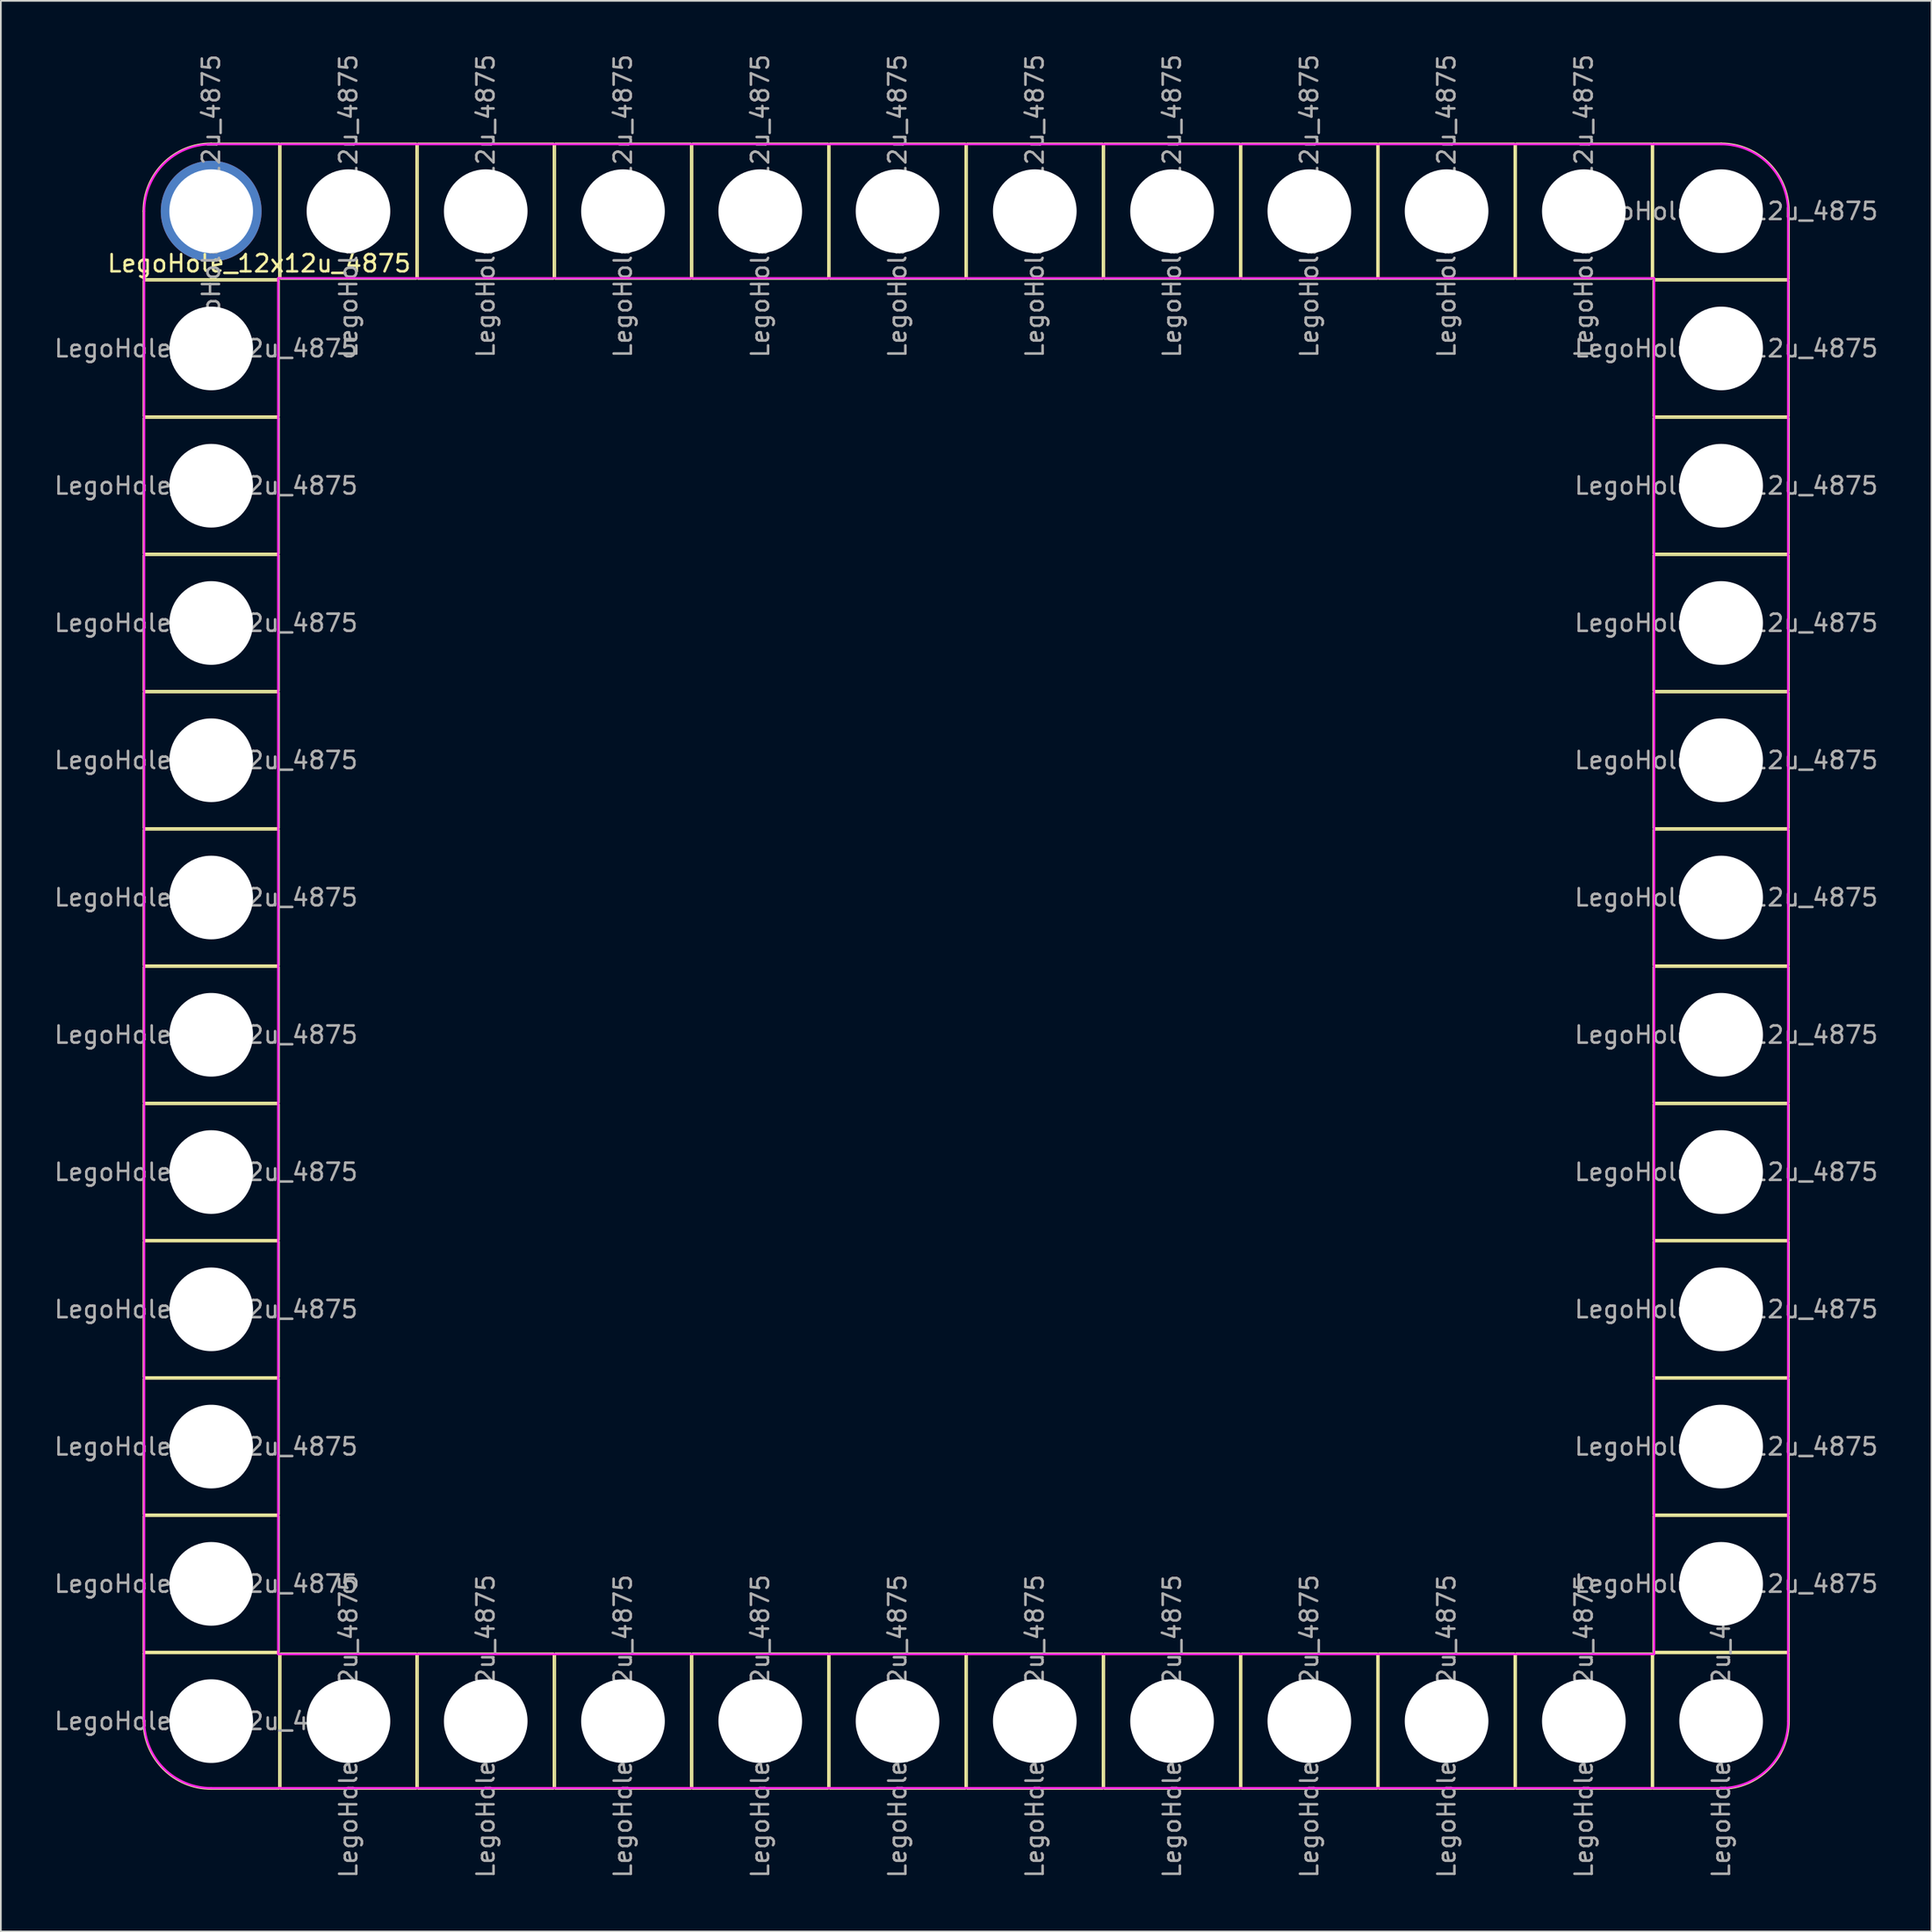
<source format=kicad_pcb>
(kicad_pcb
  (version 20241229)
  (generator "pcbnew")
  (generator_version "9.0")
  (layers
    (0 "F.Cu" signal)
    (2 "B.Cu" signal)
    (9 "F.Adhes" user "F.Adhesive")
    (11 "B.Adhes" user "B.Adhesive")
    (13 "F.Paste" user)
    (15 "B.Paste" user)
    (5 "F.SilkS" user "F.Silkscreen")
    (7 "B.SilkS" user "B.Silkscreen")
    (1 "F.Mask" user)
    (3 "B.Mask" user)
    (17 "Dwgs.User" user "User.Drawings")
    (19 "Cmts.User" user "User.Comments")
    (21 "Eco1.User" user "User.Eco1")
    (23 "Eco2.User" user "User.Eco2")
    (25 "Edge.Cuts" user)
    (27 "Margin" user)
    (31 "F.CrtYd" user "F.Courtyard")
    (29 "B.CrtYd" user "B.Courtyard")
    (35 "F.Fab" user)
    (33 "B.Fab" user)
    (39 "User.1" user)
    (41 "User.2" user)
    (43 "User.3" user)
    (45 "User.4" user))
  (footprint "LegoHole_12x12u_4875"
    (layer "F.Cu")
    (at 9.258 9.258)
    (property "Reference" "LegoHole_12x12u_4875" (at 2.794 3.048 0) (layer "F.SilkS") (effects (font (size 1 1) (thickness 0.15))))
    (attr exclude_from_pos_files)
    (fp_line (start -3.95 0) (end -3.95 3.95) (stroke (width 0.1) (type solid)) (layer "F.SilkS"))
    (fp_line (start -3.95 3.95) (end 3.95 3.95) (stroke (width 0.1) (type solid)) (layer "F.SilkS"))
    (fp_line (start -3.95 88) (end -3.95 84.05) (stroke (width 0.1) (type solid)) (layer "F.SilkS"))
    (fp_line (start 0 -3.95) (end 3.95 -3.95) (stroke (width 0.1) (type solid)) (layer "F.SilkS"))
    (fp_line (start 0 91.95) (end 3.95 91.95) (stroke (width 0.1) (type solid)) (layer "F.SilkS"))
    (fp_line (start 3.95 3.95) (end 3.95 -3.95) (stroke (width 0.1) (type solid)) (layer "F.SilkS"))
    (fp_line (start 3.95 84.05) (end -3.95 84.05) (stroke (width 0.1) (type solid)) (layer "F.SilkS"))
    (fp_line (start 3.95 91.95) (end 3.95 84.05) (stroke (width 0.1) (type solid)) (layer "F.SilkS"))
    (fp_line (start 84.05 -3.95) (end 84.05 3.95) (stroke (width 0.1) (type solid)) (layer "F.SilkS"))
    (fp_line (start 84.05 3.95) (end 91.95 3.95) (stroke (width 0.1) (type solid)) (layer "F.SilkS"))
    (fp_line (start 84.05 84.05) (end 84.05 91.95) (stroke (width 0.1) (type solid)) (layer "F.SilkS"))
    (fp_line (start 88 -3.95) (end 84.05 -3.95) (stroke (width 0.1) (type solid)) (layer "F.SilkS"))
    (fp_line (start 88 91.95) (end 84.05 91.95) (stroke (width 0.1) (type solid)) (layer "F.SilkS"))
    (fp_line (start 91.95 0) (end 91.95 3.95) (stroke (width 0.1) (type solid)) (layer "F.SilkS"))
    (fp_line (start 91.95 84.05) (end 84.05 84.05) (stroke (width 0.1) (type solid)) (layer "F.SilkS"))
    (fp_line (start 91.95 88) (end 91.95 84.05) (stroke (width 0.1) (type solid)) (layer "F.SilkS"))
    (fp_rect (start 3.95 11.95) (end -3.95 4.05) (stroke (width 0.1) (type solid)) (fill no) (layer "F.SilkS"))
    (fp_rect (start 3.95 19.95) (end -3.95 12.05) (stroke (width 0.1) (type solid)) (fill no) (layer "F.SilkS"))
    (fp_rect (start 3.95 27.95) (end -3.95 20.05) (stroke (width 0.1) (type solid)) (fill no) (layer "F.SilkS"))
    (fp_rect (start 3.95 35.95) (end -3.95 28.05) (stroke (width 0.1) (type solid)) (fill no) (layer "F.SilkS"))
    (fp_rect (start 3.95 43.95) (end -3.95 36.05) (stroke (width 0.1) (type solid)) (fill no) (layer "F.SilkS"))
    (fp_rect (start 3.95 51.95) (end -3.95 44.05) (stroke (width 0.1) (type solid)) (fill no) (layer "F.SilkS"))
    (fp_rect (start 3.95 59.95) (end -3.95 52.05) (stroke (width 0.1) (type solid)) (fill no) (layer "F.SilkS"))
    (fp_rect (start 3.95 67.95) (end -3.95 60.05) (stroke (width 0.1) (type solid)) (fill no) (layer "F.SilkS"))
    (fp_rect (start 3.95 75.95) (end -3.95 68.05) (stroke (width 0.1) (type solid)) (fill no) (layer "F.SilkS"))
    (fp_rect (start 3.95 83.95) (end -3.95 76.05) (stroke (width 0.1) (type solid)) (fill no) (layer "F.SilkS"))
    (fp_rect (start 4.05 3.95) (end 11.95 -3.95) (stroke (width 0.1) (type solid)) (fill no) (layer "F.SilkS"))
    (fp_rect (start 11.95 84.05) (end 4.05 91.95) (stroke (width 0.1) (type solid)) (fill no) (layer "F.SilkS"))
    (fp_rect (start 12.05 3.95) (end 19.95 -3.95) (stroke (width 0.1) (type solid)) (fill no) (layer "F.SilkS"))
    (fp_rect (start 19.95 84.05) (end 12.05 91.95) (stroke (width 0.1) (type solid)) (fill no) (layer "F.SilkS"))
    (fp_rect (start 20.05 3.95) (end 27.95 -3.95) (stroke (width 0.1) (type solid)) (fill no) (layer "F.SilkS"))
    (fp_rect (start 27.95 84.05) (end 20.05 91.95) (stroke (width 0.1) (type solid)) (fill no) (layer "F.SilkS"))
    (fp_rect (start 28.05 3.95) (end 35.95 -3.95) (stroke (width 0.1) (type solid)) (fill no) (layer "F.SilkS"))
    (fp_rect (start 35.95 84.05) (end 28.05 91.95) (stroke (width 0.1) (type solid)) (fill no) (layer "F.SilkS"))
    (fp_rect (start 36.05 3.95) (end 43.95 -3.95) (stroke (width 0.1) (type solid)) (fill no) (layer "F.SilkS"))
    (fp_rect (start 43.95 84.05) (end 36.05 91.95) (stroke (width 0.1) (type solid)) (fill no) (layer "F.SilkS"))
    (fp_rect (start 44.05 3.95) (end 51.95 -3.95) (stroke (width 0.1) (type solid)) (fill no) (layer "F.SilkS"))
    (fp_rect (start 51.95 84.05) (end 44.05 91.95) (stroke (width 0.1) (type solid)) (fill no) (layer "F.SilkS"))
    (fp_rect (start 52.05 3.95) (end 59.95 -3.95) (stroke (width 0.1) (type solid)) (fill no) (layer "F.SilkS"))
    (fp_rect (start 59.95 84.05) (end 52.05 91.95) (stroke (width 0.1) (type solid)) (fill no) (layer "F.SilkS"))
    (fp_rect (start 60.05 3.95) (end 67.95 -3.95) (stroke (width 0.1) (type solid)) (fill no) (layer "F.SilkS"))
    (fp_rect (start 67.95 84.05) (end 60.05 91.95) (stroke (width 0.1) (type solid)) (fill no) (layer "F.SilkS"))
    (fp_rect (start 68.05 3.95) (end 75.95 -3.95) (stroke (width 0.1) (type solid)) (fill no) (layer "F.SilkS"))
    (fp_rect (start 75.95 84.05) (end 68.05 91.95) (stroke (width 0.1) (type solid)) (fill no) (layer "F.SilkS"))
    (fp_rect (start 76.05 3.95) (end 83.95 -3.95) (stroke (width 0.1) (type solid)) (fill no) (layer "F.SilkS"))
    (fp_rect (start 83.95 84.05) (end 76.05 91.95) (stroke (width 0.1) (type solid)) (fill no) (layer "F.SilkS"))
    (fp_rect (start 84.05 4.05) (end 91.95 11.95) (stroke (width 0.1) (type solid)) (fill no) (layer "F.SilkS"))
    (fp_rect (start 84.05 12.05) (end 91.95 19.95) (stroke (width 0.1) (type solid)) (fill no) (layer "F.SilkS"))
    (fp_rect (start 84.05 20.05) (end 91.95 27.95) (stroke (width 0.1) (type solid)) (fill no) (layer "F.SilkS"))
    (fp_rect (start 84.05 28.05) (end 91.95 35.95) (stroke (width 0.1) (type solid)) (fill no) (layer "F.SilkS"))
    (fp_rect (start 84.05 36.05) (end 91.95 43.95) (stroke (width 0.1) (type solid)) (fill no) (layer "F.SilkS"))
    (fp_rect (start 84.05 44.05) (end 91.95 51.95) (stroke (width 0.1) (type solid)) (fill no) (layer "F.SilkS"))
    (fp_rect (start 84.05 52.05) (end 91.95 59.95) (stroke (width 0.1) (type solid)) (fill no) (layer "F.SilkS"))
    (fp_rect (start 84.05 60.05) (end 91.95 67.95) (stroke (width 0.1) (type solid)) (fill no) (layer "F.SilkS"))
    (fp_rect (start 84.05 68.05) (end 91.95 75.95) (stroke (width 0.1) (type solid)) (fill no) (layer "F.SilkS"))
    (fp_rect (start 84.05 76.05) (end 91.95 83.95) (stroke (width 0.1) (type solid)) (fill no) (layer "F.SilkS"))
    (fp_arc (start -3.95 0) (mid -2.793072 -2.793072) (end 0 -3.95) (stroke (width 0.1) (type solid)) (layer "F.SilkS"))
    (fp_arc (start 0 91.95) (mid -2.793072 90.793072) (end -3.95 88) (stroke (width 0.1) (type solid)) (layer "F.SilkS"))
    (fp_arc (start 88 -3.95) (mid 90.793072 -2.793072) (end 91.95 0) (stroke (width 0.1) (type solid)) (layer "F.SilkS"))
    (fp_arc (start 91.95 88) (mid 90.793072 90.793072) (end 88 91.95) (stroke (width 0.1) (type solid)) (layer "F.SilkS"))
    (fp_line (start -3.9 3.9) (end -3.9 0) (stroke (width 0.12) (type solid)) (layer "F.CrtYd"))
    (fp_line (start -3.9 3.9) (end -3.9 88) (stroke (width 0.12) (type solid)) (layer "F.CrtYd"))
    (fp_line (start 3.9 3.9) (end 84.1 3.9) (stroke (width 0.12) (type solid)) (layer "F.CrtYd"))
    (fp_line (start 3.9 84.1) (end 3.9 3.9) (stroke (width 0.12) (type solid)) (layer "F.CrtYd"))
    (fp_line (start 3.9 91.9) (end 0 91.9) (stroke (width 0.12) (type solid)) (layer "F.CrtYd"))
    (fp_line (start 3.9 91.9) (end 88 91.9) (stroke (width 0.12) (type solid)) (layer "F.CrtYd"))
    (fp_line (start 84.1 -3.9) (end 0 -3.9) (stroke (width 0.12) (type solid)) (layer "F.CrtYd"))
    (fp_line (start 84.1 -3.9) (end 88 -3.9) (stroke (width 0.12) (type solid)) (layer "F.CrtYd"))
    (fp_line (start 84.1 3.9) (end 84.1 84.1) (stroke (width 0.12) (type solid)) (layer "F.CrtYd"))
    (fp_line (start 84.1 84.1) (end 3.9 84.1) (stroke (width 0.12) (type solid)) (layer "F.CrtYd"))
    (fp_line (start 91.9 84.1) (end 91.9 0) (stroke (width 0.12) (type solid)) (layer "F.CrtYd"))
    (fp_line (start 91.9 84.1) (end 91.9 88) (stroke (width 0.12) (type solid)) (layer "F.CrtYd"))
    (fp_arc (start -3.9 0) (mid -2.757716 -2.757716) (end 0 -3.9) (stroke (width 0.12) (type solid)) (layer "F.CrtYd"))
    (fp_arc (start 0 91.9) (mid -2.757716 90.757716) (end -3.9 88) (stroke (width 0.12) (type solid)) (layer "F.CrtYd"))
    (fp_arc (start 88 -3.9) (mid 90.757716 -2.757716) (end 91.9 0) (stroke (width 0.12) (type solid)) (layer "F.CrtYd"))
    (fp_arc (start 91.9 88) (mid 90.757716 90.757716) (end 88 91.9) (stroke (width 0.12) (type solid)) (layer "F.CrtYd"))
    (fp_text user "${REFERENCE}" (at 16 -0.3 90) (layer "F.Fab") (effects (font (size 1 1) (thickness 0.15))))
    (fp_text user "${REFERENCE}" (at -0.3 64 180) (layer "F.Fab") (effects (font (size 1 1) (thickness 0.15))))
    (fp_text user "${REFERENCE}" (at 8 88.3 270) (layer "F.Fab") (effects (font (size 1 1) (thickness 0.15))))
    (fp_text user "${REFERENCE}" (at 88.3 24 0) (layer "F.Fab") (effects (font (size 1 1) (thickness 0.15))))
    (fp_text user "${REFERENCE}" (at -0.3 40 180) (layer "F.Fab") (effects (font (size 1 1) (thickness 0.15))))
    (fp_text user "${REFERENCE}" (at -0.3 8 180) (layer "F.Fab") (effects (font (size 1 1) (thickness 0.15))))
    (fp_text user "${REFERENCE}" (at 88.3 0 0) (layer "F.Fab") (effects (font (size 1 1) (thickness 0.15))))
    (fp_text user "${REFERENCE}" (at 40 88.3 270) (layer "F.Fab") (effects (font (size 1 1) (thickness 0.15))))
    (fp_text user "${REFERENCE}" (at 88.3 40 0) (layer "F.Fab") (effects (font (size 1 1) (thickness 0.15))))
    (fp_text user "${REFERENCE}" (at 48 88.3 270) (layer "F.Fab") (effects (font (size 1 1) (thickness 0.15))))
    (fp_text user "${REFERENCE}" (at 64 -0.3 90) (layer "F.Fab") (effects (font (size 1 1) (thickness 0.15))))
    (fp_text user "${REFERENCE}" (at 24 -0.3 90) (layer "F.Fab") (effects (font (size 1 1) (thickness 0.15))))
    (fp_text user "${REFERENCE}" (at 88.3 16 0) (layer "F.Fab") (effects (font (size 1 1) (thickness 0.15))))
    (fp_text user "${REFERENCE}" (at 88.3 8 0) (layer "F.Fab") (effects (font (size 1 1) (thickness 0.15))))
    (fp_text user "${REFERENCE}" (at 80 88.3 270) (layer "F.Fab") (effects (font (size 1 1) (thickness 0.15))))
    (fp_text user "${REFERENCE}" (at 32 88.3 270) (layer "F.Fab") (effects (font (size 1 1) (thickness 0.15))))
    (fp_text user "${REFERENCE}" (at 72 88.3 270) (layer "F.Fab") (effects (font (size 1 1) (thickness 0.15))))
    (fp_text user "${REFERENCE}" (at -0.3 48 180) (layer "F.Fab") (effects (font (size 1 1) (thickness 0.15))))
    (fp_text user "${REFERENCE}" (at 88.3 64 0) (layer "F.Fab") (effects (font (size 1 1) (thickness 0.15))))
    (fp_text user "${REFERENCE}" (at 72 -0.3 90) (layer "F.Fab") (effects (font (size 1 1) (thickness 0.15))))
    (fp_text user "${REFERENCE}" (at 8 -0.3 90) (layer "F.Fab") (effects (font (size 1 1) (thickness 0.15))))
    (fp_text user "${REFERENCE}" (at -0.3 72 180) (layer "F.Fab") (effects (font (size 1 1) (thickness 0.15))))
    (fp_text user "${REFERENCE}" (at 32 -0.3 90) (layer "F.Fab") (effects (font (size 1 1) (thickness 0.15))))
    (fp_text user "${REFERENCE}" (at 88.3 80 0) (layer "F.Fab") (effects (font (size 1 1) (thickness 0.15))))
    (fp_text user "${REFERENCE}" (at -0.3 88 180) (layer "F.Fab") (effects (font (size 1 1) (thickness 0.15))))
    (fp_text user "${REFERENCE}" (at -0.3 56 180) (layer "F.Fab") (effects (font (size 1 1) (thickness 0.15))))
    (fp_text user "${REFERENCE}" (at 16 88.3 270) (layer "F.Fab") (effects (font (size 1 1) (thickness 0.15))))
    (fp_text user "${REFERENCE}" (at 88.3 72 0) (layer "F.Fab") (effects (font (size 1 1) (thickness 0.15))))
    (fp_text user "${REFERENCE}" (at 40 -0.3 90) (layer "F.Fab") (effects (font (size 1 1) (thickness 0.15))))
    (fp_text user "${REFERENCE}" (at 48 -0.3 90) (layer "F.Fab") (effects (font (size 1 1) (thickness 0.15))))
    (fp_text user "${REFERENCE}" (at 0 -0.3 90) (layer "F.Fab") (effects (font (size 1 1) (thickness 0.15))))
    (fp_text user "${REFERENCE}" (at 88 88.3 270) (layer "F.Fab") (effects (font (size 1 1) (thickness 0.15))))
    (fp_text user "${REFERENCE}" (at 56 -0.3 90) (layer "F.Fab") (effects (font (size 1 1) (thickness 0.15))))
    (fp_text user "${REFERENCE}" (at -0.3 80 180) (layer "F.Fab") (effects (font (size 1 1) (thickness 0.15))))
    (fp_text user "${REFERENCE}" (at 88.3 56 0) (layer "F.Fab") (effects (font (size 1 1) (thickness 0.15))))
    (fp_text user "${REFERENCE}" (at -0.3 24 180) (layer "F.Fab") (effects (font (size 1 1) (thickness 0.15))))
    (fp_text user "${REFERENCE}" (at 88.3 32 0) (layer "F.Fab") (effects (font (size 1 1) (thickness 0.15))))
    (fp_text user "${REFERENCE}" (at 56 88.3 270) (layer "F.Fab") (effects (font (size 1 1) (thickness 0.15))))
    (fp_text user "${REFERENCE}" (at 64 88.3 270) (layer "F.Fab") (effects (font (size 1 1) (thickness 0.15))))
    (fp_text user "${REFERENCE}" (at 80 -0.3 90) (layer "F.Fab") (effects (font (size 1 1) (thickness 0.15))))
    (fp_text user "${REFERENCE}" (at -0.3 32 180) (layer "F.Fab") (effects (font (size 1 1) (thickness 0.15))))
    (fp_text user "${REFERENCE}" (at -0.3 16 180) (layer "F.Fab") (effects (font (size 1 1) (thickness 0.15))))
    (fp_text user "${REFERENCE}" (at 88.3 48 0) (layer "F.Fab") (effects (font (size 1 1) (thickness 0.15))))
    (fp_text user "${REFERENCE}" (at 24 88.3 270) (layer "F.Fab") (effects (font (size 1 1) (thickness 0.15))))
    (pad "" np_thru_hole circle (at 0 0 90) (size 5.875 5.875) (drill 4.875) (layers "*.Cu" "*.Mask"))
    (pad "" np_thru_hole circle (at 0 8 180) (size 4.875 4.875) (drill 4.875) (layers "*.Cu" "*.Mask"))
    (pad "" np_thru_hole circle (at 0 16 180) (size 4.875 4.875) (drill 4.875) (layers "*.Cu" "*.Mask"))
    (pad "" np_thru_hole circle (at 0 24 180) (size 4.875 4.875) (drill 4.875) (layers "*.Cu" "*.Mask"))
    (pad "" np_thru_hole circle (at 0 32 180) (size 4.875 4.875) (drill 4.875) (layers "*.Cu" "*.Mask"))
    (pad "" np_thru_hole circle (at 0 40 180) (size 4.875 4.875) (drill 4.875) (layers "*.Cu" "*.Mask"))
    (pad "" np_thru_hole circle (at 0 48 180) (size 4.875 4.875) (drill 4.875) (layers "*.Cu" "*.Mask"))
    (pad "" np_thru_hole circle (at 0 56 180) (size 4.875 4.875) (drill 4.875) (layers "*.Cu" "*.Mask"))
    (pad "" np_thru_hole circle (at 0 64 180) (size 4.875 4.875) (drill 4.875) (layers "*.Cu" "*.Mask"))
    (pad "" np_thru_hole circle (at 0 72 180) (size 4.875 4.875) (drill 4.875) (layers "*.Cu" "*.Mask"))
    (pad "" np_thru_hole circle (at 0 80 180) (size 4.875 4.875) (drill 4.875) (layers "*.Cu" "*.Mask"))
    (pad "" np_thru_hole circle (at 0 88 180) (size 4.875 4.875) (drill 4.875) (layers "*.Cu" "*.Mask"))
    (pad "" np_thru_hole circle (at 8 0 90) (size 4.875 4.875) (drill 4.875) (layers "*.Cu" "*.Mask"))
    (pad "" np_thru_hole circle (at 8 88 270) (size 4.875 4.875) (drill 4.875) (layers "*.Cu" "*.Mask"))
    (pad "" np_thru_hole circle (at 16 0 90) (size 4.875 4.875) (drill 4.875) (layers "*.Cu" "*.Mask"))
    (pad "" np_thru_hole circle (at 16 88 270) (size 4.875 4.875) (drill 4.875) (layers "*.Cu" "*.Mask"))
    (pad "" np_thru_hole circle (at 24 0 90) (size 4.875 4.875) (drill 4.875) (layers "*.Cu" "*.Mask"))
    (pad "" np_thru_hole circle (at 24 88 270) (size 4.875 4.875) (drill 4.875) (layers "*.Cu" "*.Mask"))
    (pad "" np_thru_hole circle (at 32 0 90) (size 4.875 4.875) (drill 4.875) (layers "*.Cu" "*.Mask"))
    (pad "" np_thru_hole circle (at 32 88 270) (size 4.875 4.875) (drill 4.875) (layers "*.Cu" "*.Mask"))
    (pad "" np_thru_hole circle (at 40 0 90) (size 4.875 4.875) (drill 4.875) (layers "*.Cu" "*.Mask"))
    (pad "" np_thru_hole circle (at 40 88 270) (size 4.875 4.875) (drill 4.875) (layers "*.Cu" "*.Mask"))
    (pad "" np_thru_hole circle (at 48 0 90) (size 4.875 4.875) (drill 4.875) (layers "*.Cu" "*.Mask"))
    (pad "" np_thru_hole circle (at 48 88 270) (size 4.875 4.875) (drill 4.875) (layers "*.Cu" "*.Mask"))
    (pad "" np_thru_hole circle (at 56 0 90) (size 4.875 4.875) (drill 4.875) (layers "*.Cu" "*.Mask"))
    (pad "" np_thru_hole circle (at 56 88 270) (size 4.875 4.875) (drill 4.875) (layers "*.Cu" "*.Mask"))
    (pad "" np_thru_hole circle (at 64 0 90) (size 4.875 4.875) (drill 4.875) (layers "*.Cu" "*.Mask"))
    (pad "" np_thru_hole circle (at 64 88 270) (size 4.875 4.875) (drill 4.875) (layers "*.Cu" "*.Mask"))
    (pad "" np_thru_hole circle (at 72 0 90) (size 4.875 4.875) (drill 4.875) (layers "*.Cu" "*.Mask"))
    (pad "" np_thru_hole circle (at 72 88 270) (size 4.875 4.875) (drill 4.875) (layers "*.Cu" "*.Mask"))
    (pad "" np_thru_hole circle (at 80 0 90) (size 4.875 4.875) (drill 4.875) (layers "*.Cu" "*.Mask"))
    (pad "" np_thru_hole circle (at 80 88 270) (size 4.875 4.875) (drill 4.875) (layers "*.Cu" "*.Mask"))
    (pad "" np_thru_hole circle (at 88 0) (size 4.875 4.875) (drill 4.875) (layers "*.Cu" "*.Mask"))
    (pad "" np_thru_hole circle (at 88 8) (size 4.875 4.875) (drill 4.875) (layers "*.Cu" "*.Mask"))
    (pad "" np_thru_hole circle (at 88 16) (size 4.875 4.875) (drill 4.875) (layers "*.Cu" "*.Mask"))
    (pad "" np_thru_hole circle (at 88 24) (size 4.875 4.875) (drill 4.875) (layers "*.Cu" "*.Mask"))
    (pad "" np_thru_hole circle (at 88 32) (size 4.875 4.875) (drill 4.875) (layers "*.Cu" "*.Mask"))
    (pad "" np_thru_hole circle (at 88 40) (size 4.875 4.875) (drill 4.875) (layers "*.Cu" "*.Mask"))
    (pad "" np_thru_hole circle (at 88 48) (size 4.875 4.875) (drill 4.875) (layers "*.Cu" "*.Mask"))
    (pad "" np_thru_hole circle (at 88 56) (size 4.875 4.875) (drill 4.875) (layers "*.Cu" "*.Mask"))
    (pad "" np_thru_hole circle (at 88 64) (size 4.875 4.875) (drill 4.875) (layers "*.Cu" "*.Mask"))
    (pad "" np_thru_hole circle (at 88 72) (size 4.875 4.875) (drill 4.875) (layers "*.Cu" "*.Mask"))
    (pad "" np_thru_hole circle (at 88 80) (size 4.875 4.875) (drill 4.875) (layers "*.Cu" "*.Mask"))
    (pad "" np_thru_hole circle (at 88 88 270) (size 4.875 4.875) (drill 4.875) (layers "*.Cu" "*.Mask")))
  (gr_rect
    (start -3 -3)
    (end 109.517 109.517)
    (stroke (width 0.1) (type default))
    (fill no)
    (layer "Edge.Cuts")))
</source>
